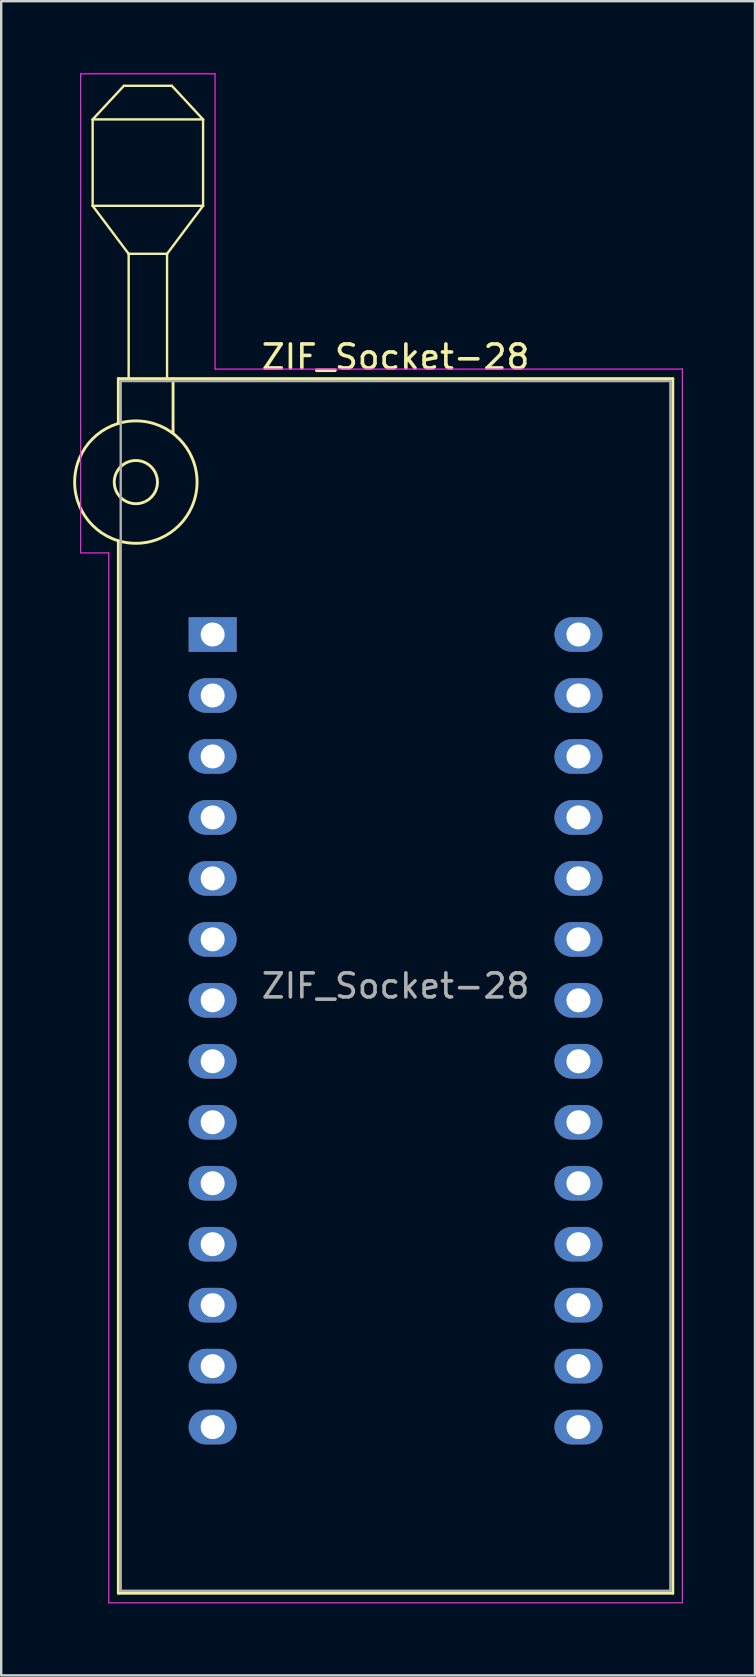
<source format=kicad_pcb>
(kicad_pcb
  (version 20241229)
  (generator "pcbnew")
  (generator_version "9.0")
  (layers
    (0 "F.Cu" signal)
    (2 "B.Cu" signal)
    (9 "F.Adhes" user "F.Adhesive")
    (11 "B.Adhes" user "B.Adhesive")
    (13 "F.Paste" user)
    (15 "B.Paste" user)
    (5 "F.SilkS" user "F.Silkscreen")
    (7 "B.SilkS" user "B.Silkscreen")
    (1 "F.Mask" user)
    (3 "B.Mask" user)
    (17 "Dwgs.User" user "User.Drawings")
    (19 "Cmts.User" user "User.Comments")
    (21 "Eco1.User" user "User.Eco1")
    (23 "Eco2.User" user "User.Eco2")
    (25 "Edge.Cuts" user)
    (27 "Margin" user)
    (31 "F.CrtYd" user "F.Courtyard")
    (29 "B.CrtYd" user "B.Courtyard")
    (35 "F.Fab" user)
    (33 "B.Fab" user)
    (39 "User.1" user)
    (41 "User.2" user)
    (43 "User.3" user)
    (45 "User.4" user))
  (footprint "ZIF_Socket-28"
    (layer "F.Cu")
    (at 5.81 23.385)
    (property "Reference" "ZIF_Socket-28" (at 7.62 -11.56 0) (layer "F.SilkS") (effects (font (size 1 1) (thickness 0.15))))
    (attr through_hole)
    (fp_line (start -5 -21.46) (end -5 -17.86) (stroke (width 0.1) (type solid)) (layer "F.SilkS"))
    (fp_line (start -5 -21.46) (end -3.7 -22.86) (stroke (width 0.1) (type solid)) (layer "F.SilkS"))
    (fp_line (start -5 -17.86) (end -3.5 -15.86) (stroke (width 0.1) (type solid)) (layer "F.SilkS"))
    (fp_line (start -5 -17.86) (end -0.4 -17.86) (stroke (width 0.1) (type solid)) (layer "F.SilkS"))
    (fp_line (start -3.93 -10.66) (end -3.93 -8.8) (stroke (width 0.12) (type solid)) (layer "F.SilkS"))
    (fp_line (start -3.93 -3.9) (end -3.93 39.94) (stroke (width 0.12) (type solid)) (layer "F.SilkS"))
    (fp_line (start -3.93 39.94) (end 19.17 39.94) (stroke (width 0.12) (type solid)) (layer "F.SilkS"))
    (fp_line (start -3.7 -22.86) (end -1.7 -22.86) (stroke (width 0.1) (type solid)) (layer "F.SilkS"))
    (fp_line (start -3.5 -15.86) (end -1.9 -15.86) (stroke (width 0.1) (type solid)) (layer "F.SilkS"))
    (fp_line (start -3.5 -10.66) (end -3.5 -15.86) (stroke (width 0.1) (type solid)) (layer "F.SilkS"))
    (fp_line (start -1.9 -15.86) (end -1.9 -10.56) (stroke (width 0.1) (type solid)) (layer "F.SilkS"))
    (fp_line (start -1.7 -22.86) (end -0.4 -21.46) (stroke (width 0.1) (type solid)) (layer "F.SilkS"))
    (fp_line (start -1.65 -10.66) (end -1.65 -8.4) (stroke (width 0.12) (type solid)) (layer "F.SilkS"))
    (fp_line (start -0.4 -21.46) (end -5 -21.46) (stroke (width 0.1) (type solid)) (layer "F.SilkS"))
    (fp_line (start -0.4 -17.86) (end -1.9 -15.86) (stroke (width 0.1) (type solid)) (layer "F.SilkS"))
    (fp_line (start -0.4 -17.86) (end -0.4 -21.46) (stroke (width 0.1) (type solid)) (layer "F.SilkS"))
    (fp_line (start 19.17 -10.66) (end -3.93 -10.66) (stroke (width 0.12) (type solid)) (layer "F.SilkS"))
    (fp_line (start 19.17 39.94) (end 19.17 -10.66) (stroke (width 0.12) (type solid)) (layer "F.SilkS"))
    (fp_circle (center -3.2 -6.35) (end -2.3 -6.35) (stroke (width 0.12) (type solid)) (fill no) (layer "F.SilkS"))
    (fp_circle (center -3.2 -6.35) (end -0.65 -6.35) (stroke (width 0.12) (type solid)) (fill no) (layer "F.SilkS"))
    (fp_line (start -5.5 -23.36) (end 0.1 -23.36) (stroke (width 0.05) (type solid)) (layer "F.CrtYd"))
    (fp_line (start -5.5 -3.4) (end -5.5 -23.36) (stroke (width 0.05) (type solid)) (layer "F.CrtYd"))
    (fp_line (start -4.33 -3.4) (end -5.5 -3.4) (stroke (width 0.05) (type solid)) (layer "F.CrtYd"))
    (fp_line (start -4.33 40.34) (end -4.33 -3.4) (stroke (width 0.05) (type solid)) (layer "F.CrtYd"))
    (fp_line (start 0.1 -23.36) (end 0.1 -11.06) (stroke (width 0.05) (type solid)) (layer "F.CrtYd"))
    (fp_line (start 0.1 -11.06) (end 19.57 -11.06) (stroke (width 0.05) (type solid)) (layer "F.CrtYd"))
    (fp_line (start 19.57 -11.06) (end 19.57 40.34) (stroke (width 0.05) (type solid)) (layer "F.CrtYd"))
    (fp_line (start 19.57 40.34) (end -4.33 40.34) (stroke (width 0.05) (type solid)) (layer "F.CrtYd"))
    (fp_line (start -3.83 -10.56) (end 19.07 -10.56) (stroke (width 0.1) (type solid)) (layer "F.Fab"))
    (fp_line (start -3.83 -9.4) (end -3.83 -10.56) (stroke (width 0.1) (type solid)) (layer "F.Fab"))
    (fp_line (start -3.83 39.84) (end -3.83 -9.4) (stroke (width 0.1) (type solid)) (layer "F.Fab"))
    (fp_line (start 19.07 -10.56) (end 19.07 39.84) (stroke (width 0.1) (type solid)) (layer "F.Fab"))
    (fp_line (start 19.07 39.84) (end -3.83 39.84) (stroke (width 0.1) (type solid)) (layer "F.Fab"))
    (fp_text user "${REFERENCE}" (at 7.62 14.64 0) (layer "F.Fab") (effects (font (size 1 1) (thickness 0.15))))
    (pad "1" thru_hole rect (at 0 0) (size 2 1.44) (drill 1) (layers "*.Cu" "*.Mask"))
    (pad "2" thru_hole oval (at 0 2.54) (size 2 1.44) (drill 1) (layers "*.Cu" "*.Mask"))
    (pad "3" thru_hole oval (at 0 5.08) (size 2 1.44) (drill 1) (layers "*.Cu" "*.Mask"))
    (pad "4" thru_hole oval (at 0 7.62) (size 2 1.44) (drill 1) (layers "*.Cu" "*.Mask"))
    (pad "5" thru_hole oval (at 0 10.16) (size 2 1.44) (drill 1) (layers "*.Cu" "*.Mask"))
    (pad "6" thru_hole oval (at 0 12.7) (size 2 1.44) (drill 1) (layers "*.Cu" "*.Mask"))
    (pad "7" thru_hole oval (at 0 15.24) (size 2 1.44) (drill 1) (layers "*.Cu" "*.Mask"))
    (pad "8" thru_hole oval (at 0 17.78) (size 2 1.44) (drill 1) (layers "*.Cu" "*.Mask"))
    (pad "9" thru_hole oval (at 0 20.32) (size 2 1.44) (drill 1) (layers "*.Cu" "*.Mask"))
    (pad "10" thru_hole oval (at 0 22.86) (size 2 1.44) (drill 1) (layers "*.Cu" "*.Mask"))
    (pad "11" thru_hole oval (at 0 25.4) (size 2 1.44) (drill 1) (layers "*.Cu" "*.Mask"))
    (pad "12" thru_hole oval (at 0 27.94) (size 2 1.44) (drill 1) (layers "*.Cu" "*.Mask"))
    (pad "13" thru_hole oval (at 0 30.48) (size 2 1.44) (drill 1) (layers "*.Cu" "*.Mask"))
    (pad "14" thru_hole oval (at 0 33.02) (size 2 1.44) (drill 1) (layers "*.Cu" "*.Mask"))
    (pad "15" thru_hole oval (at 15.24 33.02) (size 2 1.44) (drill 1) (layers "*.Cu" "*.Mask"))
    (pad "16" thru_hole oval (at 15.24 30.48) (size 2 1.44) (drill 1) (layers "*.Cu" "*.Mask"))
    (pad "17" thru_hole oval (at 15.24 27.94) (size 2 1.44) (drill 1) (layers "*.Cu" "*.Mask"))
    (pad "18" thru_hole oval (at 15.24 25.4) (size 2 1.44) (drill 1) (layers "*.Cu" "*.Mask"))
    (pad "19" thru_hole oval (at 15.24 22.86) (size 2 1.44) (drill 1) (layers "*.Cu" "*.Mask"))
    (pad "20" thru_hole oval (at 15.24 20.32) (size 2 1.44) (drill 1) (layers "*.Cu" "*.Mask"))
    (pad "21" thru_hole oval (at 15.24 17.78) (size 2 1.44) (drill 1) (layers "*.Cu" "*.Mask"))
    (pad "22" thru_hole oval (at 15.24 15.24) (size 2 1.44) (drill 1) (layers "*.Cu" "*.Mask"))
    (pad "23" thru_hole oval (at 15.24 12.7) (size 2 1.44) (drill 1) (layers "*.Cu" "*.Mask"))
    (pad "24" thru_hole oval (at 15.24 10.16) (size 2 1.44) (drill 1) (layers "*.Cu" "*.Mask"))
    (pad "25" thru_hole oval (at 15.24 7.62) (size 2 1.44) (drill 1) (layers "*.Cu" "*.Mask"))
    (pad "26" thru_hole oval (at 15.24 5.08) (size 2 1.44) (drill 1) (layers "*.Cu" "*.Mask"))
    (pad "27" thru_hole oval (at 15.24 2.54) (size 2 1.44) (drill 1) (layers "*.Cu" "*.Mask"))
    (pad "28" thru_hole oval (at 15.24 0) (size 2 1.44) (drill 1) (layers "*.Cu" "*.Mask")))
  (gr_rect
    (start -3 -3)
    (end 28.405 66.75)
    (stroke (width 0.1) (type default))
    (fill no)
    (layer "Edge.Cuts")))
</source>
